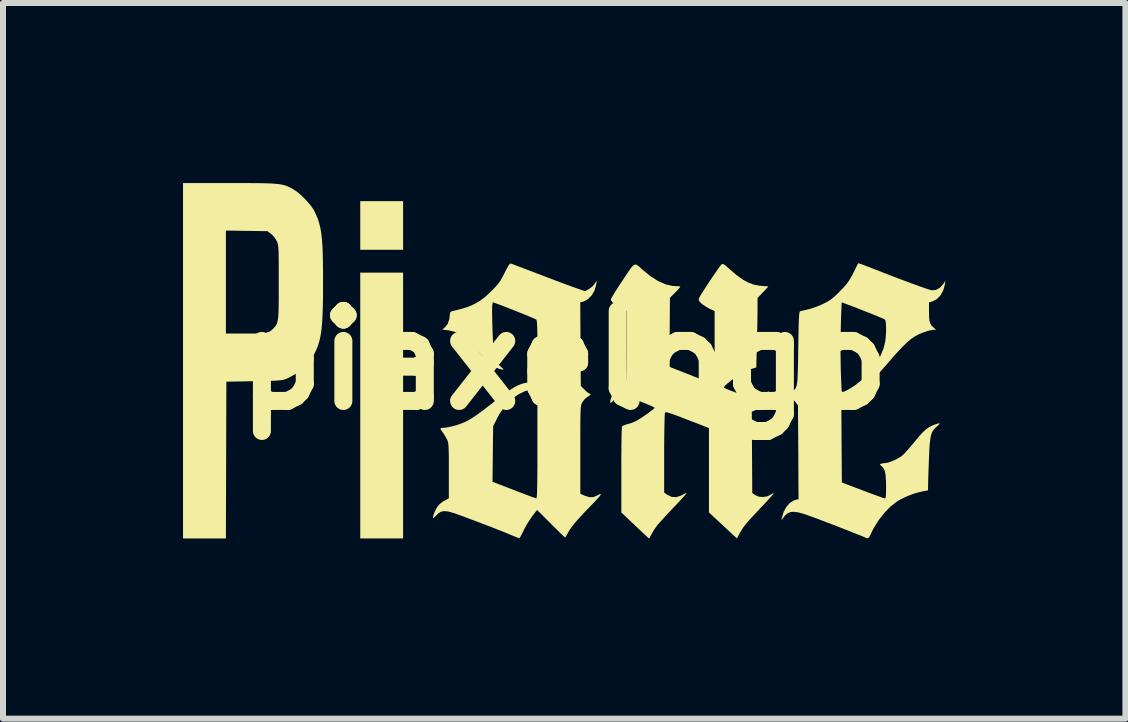
<source format=kicad_pcb>
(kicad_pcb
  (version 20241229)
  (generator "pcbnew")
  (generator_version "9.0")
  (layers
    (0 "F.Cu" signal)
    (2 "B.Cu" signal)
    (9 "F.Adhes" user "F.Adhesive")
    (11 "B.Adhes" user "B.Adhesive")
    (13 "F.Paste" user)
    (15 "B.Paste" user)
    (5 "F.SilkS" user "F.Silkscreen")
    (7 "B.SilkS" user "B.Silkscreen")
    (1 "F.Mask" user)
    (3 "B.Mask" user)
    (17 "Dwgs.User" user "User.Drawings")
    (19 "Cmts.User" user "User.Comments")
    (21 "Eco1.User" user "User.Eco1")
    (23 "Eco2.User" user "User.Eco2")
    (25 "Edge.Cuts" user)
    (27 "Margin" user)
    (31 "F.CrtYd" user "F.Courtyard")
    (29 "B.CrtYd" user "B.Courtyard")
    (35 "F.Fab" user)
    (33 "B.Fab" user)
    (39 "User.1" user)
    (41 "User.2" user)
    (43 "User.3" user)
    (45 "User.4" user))
  (footprint "piaxelogo"
    (layer "F.Cu")
    (at 6.35 2.953)
    (property "Reference" "piaxelogo" (at 0 0 0) (layer "F.SilkS") (effects (font (size 1.5 1.5) (thickness 0.3))))
    (attr board_only exclude_from_pos_files exclude_from_bom)
    (fp_poly (pts (xy -2.683 -2.246) (xy -2.683 -1.841) (xy -3.04 -1.841) (xy -3.397 -1.841) (xy -3.397 -2.246) (xy -3.397 -2.651) (xy -3.04 -2.651) (xy -2.683 -2.651)) (stroke (width 0) (type solid)) (fill yes) (layer "F.SilkS"))
    (fp_poly (pts (xy -2.683 0.754) (xy -2.683 2.969) (xy -3.04 2.969) (xy -3.397 2.969) (xy -3.397 0.754) (xy -3.397 -1.46) (xy -3.04 -1.46) (xy -2.683 -1.46)) (stroke (width 0) (type solid)) (fill yes) (layer "F.SilkS"))
    (fp_poly (pts (xy -5.387 -2.953) (xy -5.227 -2.952) (xy -5.093 -2.951) (xy -4.981 -2.949) (xy -4.889 -2.946) (xy -4.814 -2.941) (xy -4.752 -2.935) (xy -4.701 -2.926) (xy -4.658 -2.916) (xy -4.619 -2.902) (xy -4.582 -2.886) (xy -4.544 -2.866) (xy -4.522 -2.855) (xy -4.451 -2.808) (xy -4.373 -2.742) (xy -4.296 -2.664) (xy -4.226 -2.583) (xy -4.173 -2.507) (xy -4.157 -2.476) (xy -4.126 -2.408) (xy -4.099 -2.341) (xy -4.078 -2.271) (xy -4.06 -2.196) (xy -4.046 -2.112) (xy -4.035 -2.015) (xy -4.027 -1.903) (xy -4.022 -1.771) (xy -4.019 -1.617) (xy -4.017 -1.437) (xy -4.017 -1.294) (xy -4.017 -1.088) (xy -4.02 -0.91) (xy -4.025 -0.757) (xy -4.032 -0.626) (xy -4.043 -0.514) (xy -4.057 -0.417) (xy -4.075 -0.332) (xy -4.098 -0.255) (xy -4.125 -0.184) (xy -4.158 -0.115) (xy -4.172 -0.088) (xy -4.252 0.03) (xy -4.356 0.138) (xy -4.478 0.231) (xy -4.611 0.302) (xy -4.623 0.307) (xy -4.65 0.317) (xy -4.677 0.325) (xy -4.71 0.331) (xy -4.753 0.336) (xy -4.809 0.34) (xy -4.882 0.343) (xy -4.977 0.345) (xy -5.098 0.348) (xy -5.167 0.349) (xy -5.628 0.357) (xy -5.632 1.663) (xy -5.636 2.969) (xy -5.993 2.969) (xy -6.35 2.969) (xy -6.35 0.008) (xy -6.35 -2.161) (xy -5.636 -2.161) (xy -5.636 -1.303) (xy -5.636 -0.445) (xy -5.301 -0.445) (xy -5.181 -0.445) (xy -5.088 -0.447) (xy -5.019 -0.45) (xy -4.97 -0.455) (xy -4.938 -0.461) (xy -4.924 -0.467) (xy -4.884 -0.494) (xy -4.843 -0.531) (xy -4.84 -0.534) (xy -4.82 -0.558) (xy -4.802 -0.581) (xy -4.788 -0.607) (xy -4.778 -0.639) (xy -4.769 -0.68) (xy -4.763 -0.733) (xy -4.759 -0.802) (xy -4.757 -0.889) (xy -4.755 -0.999) (xy -4.755 -1.133) (xy -4.755 -1.296) (xy -4.755 -1.302) (xy -4.755 -1.458) (xy -4.755 -1.585) (xy -4.756 -1.687) (xy -4.757 -1.768) (xy -4.759 -1.83) (xy -4.762 -1.876) (xy -4.766 -1.912) (xy -4.771 -1.938) (xy -4.777 -1.96) (xy -4.785 -1.979) (xy -4.788 -1.986) (xy -4.822 -2.041) (xy -4.866 -2.091) (xy -4.882 -2.105) (xy -4.943 -2.151) (xy -5.289 -2.156) (xy -5.636 -2.161) (xy -6.35 -2.161) (xy -6.35 -2.953) (xy -5.575 -2.953)) (stroke (width 0) (type solid)) (fill yes) (layer "F.SilkS"))
    (fp_poly (pts (xy 4.915 -1.613) (xy 4.955 -1.6) (xy 5.014 -1.578) (xy 5.088 -1.55) (xy 5.146 -1.527) (xy 5.299 -1.467) (xy 5.448 -1.409) (xy 5.591 -1.355) (xy 5.724 -1.305) (xy 5.843 -1.261) (xy 5.946 -1.224) (xy 6.03 -1.195) (xy 6.091 -1.175) (xy 6.125 -1.166) (xy 6.127 -1.166) (xy 6.193 -1.171) (xy 6.257 -1.205) (xy 6.312 -1.262) (xy 6.32 -1.274) (xy 6.353 -1.326) (xy 6.343 -1.257) (xy 6.317 -1.163) (xy 6.271 -1.081) (xy 6.21 -1.018) (xy 6.137 -0.98) (xy 6.124 -0.976) (xy 6.08 -0.965) (xy 6.08 -0.807) (xy 6.082 -0.72) (xy 6.088 -0.657) (xy 6.102 -0.612) (xy 6.124 -0.576) (xy 6.157 -0.544) (xy 6.199 -0.508) (xy 6.16 -0.508) (xy 6.12 -0.503) (xy 6.068 -0.491) (xy 6.048 -0.485) (xy 5.974 -0.46) (xy 5.906 -0.431) (xy 5.843 -0.397) (xy 5.78 -0.353) (xy 5.714 -0.298) (xy 5.642 -0.228) (xy 5.56 -0.141) (xy 5.464 -0.034) (xy 5.371 0.074) (xy 5.245 0.217) (xy 5.132 0.336) (xy 5.03 0.431) (xy 4.935 0.505) (xy 4.846 0.561) (xy 4.759 0.6) (xy 4.695 0.62) (xy 4.619 0.639) (xy 4.623 1.338) (xy 4.628 2.037) (xy 4.977 2.169) (xy 5.076 2.207) (xy 5.167 2.24) (xy 5.243 2.268) (xy 5.301 2.288) (xy 5.337 2.3) (xy 5.346 2.302) (xy 5.355 2.293) (xy 5.361 2.264) (xy 5.364 2.211) (xy 5.365 2.131) (xy 5.365 2.115) (xy 5.363 2.003) (xy 5.357 1.918) (xy 5.346 1.855) (xy 5.329 1.81) (xy 5.304 1.778) (xy 5.294 1.768) (xy 5.268 1.745) (xy 5.265 1.732) (xy 5.278 1.725) (xy 5.315 1.717) (xy 5.347 1.714) (xy 5.397 1.706) (xy 5.461 1.683) (xy 5.531 1.652) (xy 5.595 1.617) (xy 5.625 1.596) (xy 5.656 1.568) (xy 5.701 1.52) (xy 5.755 1.459) (xy 5.813 1.391) (xy 5.837 1.362) (xy 5.911 1.272) (xy 5.973 1.204) (xy 6.026 1.154) (xy 6.077 1.117) (xy 6.129 1.09) (xy 6.173 1.072) (xy 6.228 1.054) (xy 6.256 1.05) (xy 6.256 1.06) (xy 6.231 1.086) (xy 6.212 1.103) (xy 6.177 1.135) (xy 6.15 1.168) (xy 6.128 1.207) (xy 6.112 1.255) (xy 6.101 1.317) (xy 6.092 1.398) (xy 6.085 1.501) (xy 6.08 1.631) (xy 6.079 1.643) (xy 6.075 1.751) (xy 6.071 1.854) (xy 6.068 1.946) (xy 6.066 2.02) (xy 6.065 2.07) (xy 6.065 2.08) (xy 6.064 2.168) (xy 5.959 2.188) (xy 5.849 2.216) (xy 5.731 2.259) (xy 5.618 2.312) (xy 5.546 2.354) (xy 5.438 2.438) (xy 5.333 2.547) (xy 5.236 2.672) (xy 5.153 2.807) (xy 5.104 2.909) (xy 5.081 2.952) (xy 5.055 2.967) (xy 5.02 2.956) (xy 5.016 2.954) (xy 4.993 2.943) (xy 4.945 2.923) (xy 4.876 2.896) (xy 4.79 2.862) (xy 4.692 2.823) (xy 4.587 2.782) (xy 4.478 2.74) (xy 4.371 2.699) (xy 4.269 2.66) (xy 4.177 2.625) (xy 4.114 2.602) (xy 3.997 2.561) (xy 3.903 2.535) (xy 3.829 2.525) (xy 3.77 2.53) (xy 3.721 2.551) (xy 3.68 2.588) (xy 3.64 2.642) (xy 3.64 2.644) (xy 3.627 2.662) (xy 3.624 2.654) (xy 3.629 2.627) (xy 3.658 2.527) (xy 3.704 2.442) (xy 3.763 2.376) (xy 3.832 2.334) (xy 3.86 2.325) (xy 3.906 2.315) (xy 3.902 1.533) (xy 3.897 0.752) (xy 3.853 0.693) (xy 3.814 0.651) (xy 3.772 0.617) (xy 3.76 0.61) (xy 3.713 0.585) (xy 3.777 0.539) (xy 3.805 0.519) (xy 3.828 0.5) (xy 3.847 0.481) (xy 3.862 0.457) (xy 3.873 0.426) (xy 3.882 0.384) (xy 3.888 0.328) (xy 3.892 0.256) (xy 3.895 0.163) (xy 3.898 0.046) (xy 3.9 -0.097) (xy 3.901 -0.198) (xy 3.903 -0.286) (xy 4.604 -0.286) (xy 4.609 0.127) (xy 4.614 0.274) (xy 4.625 0.538) (xy 4.682 0.515) (xy 4.723 0.494) (xy 4.779 0.462) (xy 4.838 0.424) (xy 4.845 0.419) (xy 4.971 0.32) (xy 5.085 0.204) (xy 5.185 0.075) (xy 5.265 -0.06) (xy 5.322 -0.196) (xy 5.349 -0.305) (xy 5.359 -0.38) (xy 5.364 -0.459) (xy 5.365 -0.536) (xy 5.363 -0.602) (xy 5.357 -0.652) (xy 5.347 -0.678) (xy 5.346 -0.678) (xy 5.325 -0.689) (xy 5.279 -0.709) (xy 5.213 -0.737) (xy 5.129 -0.771) (xy 5.034 -0.808) (xy 4.932 -0.849) (xy 4.826 -0.89) (xy 4.721 -0.93) (xy 4.625 -0.966) (xy 4.614 -0.703) (xy 4.604 -0.286) (xy 3.903 -0.286) (xy 3.904 -0.355) (xy 3.906 -0.483) (xy 3.908 -0.585) (xy 3.911 -0.664) (xy 3.914 -0.723) (xy 3.917 -0.764) (xy 3.921 -0.792) (xy 3.926 -0.808) (xy 3.932 -0.815) (xy 3.935 -0.817) (xy 3.963 -0.824) (xy 4.011 -0.835) (xy 4.07 -0.849) (xy 4.072 -0.849) (xy 4.14 -0.869) (xy 4.22 -0.898) (xy 4.299 -0.931) (xy 4.318 -0.94) (xy 4.384 -0.974) (xy 4.44 -1.009) (xy 4.494 -1.052) (xy 4.556 -1.109) (xy 4.596 -1.15) (xy 4.664 -1.221) (xy 4.715 -1.281) (xy 4.756 -1.34) (xy 4.795 -1.408) (xy 4.818 -1.453) (xy 4.85 -1.517) (xy 4.876 -1.569) (xy 4.894 -1.605) (xy 4.9 -1.617)) (stroke (width 0) (type solid)) (fill yes) (layer "F.SilkS"))
    (fp_poly (pts (xy 2.667 -1.595) (xy 2.7 -1.569) (xy 2.75 -1.525) (xy 2.762 -1.515) (xy 2.875 -1.418) (xy 2.976 -1.345) (xy 3.07 -1.294) (xy 3.162 -1.26) (xy 3.258 -1.242) (xy 3.286 -1.24) (xy 3.405 -1.23) (xy 3.314 -1.134) (xy 3.223 -1.037) (xy 3.223 -0.839) (xy 3.222 -0.763) (xy 3.221 -0.663) (xy 3.219 -0.548) (xy 3.216 -0.425) (xy 3.213 -0.301) (xy 3.212 -0.26) (xy 3.202 0.12) (xy 3.111 0.147) (xy 3.042 0.175) (xy 2.958 0.22) (xy 2.867 0.277) (xy 2.777 0.342) (xy 2.717 0.39) (xy 2.679 0.426) (xy 2.664 0.448) (xy 2.669 0.461) (xy 2.671 0.462) (xy 2.708 0.48) (xy 2.767 0.503) (xy 2.84 0.531) (xy 2.921 0.559) (xy 3.004 0.588) (xy 3.082 0.613) (xy 3.149 0.634) (xy 3.198 0.647) (xy 3.222 0.651) (xy 3.258 0.646) (xy 3.292 0.628) (xy 3.333 0.59) (xy 3.342 0.579) (xy 3.409 0.508) (xy 3.395 0.581) (xy 3.363 0.67) (xy 3.305 0.75) (xy 3.227 0.812) (xy 3.171 0.84) (xy 3.127 0.857) (xy 3.131 1.534) (xy 3.135 2.211) (xy 3.18 2.245) (xy 3.24 2.272) (xy 3.312 2.279) (xy 3.385 2.268) (xy 3.441 2.241) (xy 3.473 2.221) (xy 3.491 2.216) (xy 3.493 2.218) (xy 3.482 2.233) (xy 3.453 2.267) (xy 3.408 2.317) (xy 3.351 2.379) (xy 3.285 2.449) (xy 3.265 2.47) (xy 3.179 2.562) (xy 3.111 2.635) (xy 3.059 2.693) (xy 3.018 2.742) (xy 2.986 2.785) (xy 2.959 2.826) (xy 2.933 2.87) (xy 2.921 2.891) (xy 2.879 2.969) (xy 2.646 2.752) (xy 2.413 2.536) (xy 2.413 1.833) (xy 2.413 1.13) (xy 2.25 1.066) (xy 2.107 1.011) (xy 1.991 0.966) (xy 1.898 0.93) (xy 1.826 0.904) (xy 1.773 0.886) (xy 1.735 0.874) (xy 1.71 0.868) (xy 1.694 0.868) (xy 1.685 0.871) (xy 1.681 0.875) (xy 1.678 0.895) (xy 1.675 0.944) (xy 1.673 1.017) (xy 1.671 1.112) (xy 1.669 1.224) (xy 1.668 1.351) (xy 1.667 1.489) (xy 1.667 1.551) (xy 1.667 2.204) (xy 1.715 2.239) (xy 1.79 2.276) (xy 1.868 2.281) (xy 1.949 2.255) (xy 1.962 2.248) (xy 2.004 2.226) (xy 2.034 2.213) (xy 2.043 2.212) (xy 2.034 2.225) (xy 2.006 2.257) (xy 1.963 2.305) (xy 1.907 2.366) (xy 1.841 2.436) (xy 1.816 2.462) (xy 1.728 2.555) (xy 1.659 2.629) (xy 1.606 2.688) (xy 1.565 2.735) (xy 1.533 2.776) (xy 1.507 2.812) (xy 1.484 2.849) (xy 1.462 2.889) (xy 1.416 2.973) (xy 1.184 2.755) (xy 0.953 2.536) (xy 0.953 1.828) (xy 0.953 1.68) (xy 0.954 1.543) (xy 0.955 1.418) (xy 0.957 1.309) (xy 0.958 1.22) (xy 0.961 1.154) (xy 0.963 1.113) (xy 0.965 1.102) (xy 0.986 1.088) (xy 1.027 1.073) (xy 1.054 1.065) (xy 1.117 1.046) (xy 1.18 1.021) (xy 1.197 1.013) (xy 1.238 0.99) (xy 1.29 0.957) (xy 1.348 0.918) (xy 1.405 0.878) (xy 1.454 0.841) (xy 1.491 0.812) (xy 1.508 0.794) (xy 1.508 0.792) (xy 1.494 0.782) (xy 1.456 0.763) (xy 1.4 0.739) (xy 1.331 0.711) (xy 1.257 0.682) (xy 1.182 0.654) (xy 1.113 0.63) (xy 1.055 0.612) (xy 1.02 0.603) (xy 0.941 0.596) (xy 0.877 0.616) (xy 0.823 0.665) (xy 0.813 0.678) (xy 0.786 0.708) (xy 0.771 0.71) (xy 0.769 0.685) (xy 0.78 0.636) (xy 0.786 0.619) (xy 0.826 0.537) (xy 0.884 0.468) (xy 0.953 0.42) (xy 0.974 0.412) (xy 1.004 0.399) (xy 1.021 0.381) (xy 1.031 0.351) (xy 1.038 0.298) (xy 1.038 0.297) (xy 1.04 0.257) (xy 1.043 0.191) (xy 1.044 0.102) (xy 1.046 -0.004) (xy 1.047 -0.123) (xy 1.048 -0.25) (xy 1.048 -0.309) (xy 1.048 -0.82) (xy 0.966 -0.857) (xy 0.903 -0.89) (xy 0.847 -0.929) (xy 0.803 -0.968) (xy 0.78 -1.002) (xy 0.778 -1.012) (xy 0.786 -1.032) (xy 0.81 -1.074) (xy 0.847 -1.134) (xy 0.893 -1.208) (xy 0.948 -1.291) (xy 0.972 -1.327) (xy 1.036 -1.424) (xy 1.086 -1.498) (xy 1.124 -1.55) (xy 1.155 -1.581) (xy 1.181 -1.595) (xy 1.205 -1.592) (xy 1.233 -1.575) (xy 1.266 -1.546) (xy 1.304 -1.511) (xy 1.438 -1.401) (xy 1.568 -1.319) (xy 1.693 -1.264) (xy 1.811 -1.238) (xy 1.852 -1.236) (xy 1.899 -1.234) (xy 1.93 -1.23) (xy 1.937 -1.226) (xy 1.926 -1.21) (xy 1.899 -1.179) (xy 1.86 -1.137) (xy 1.85 -1.128) (xy 1.763 -1.04) (xy 1.759 -0.465) (xy 1.754 0.109) (xy 2.12 0.253) (xy 2.221 0.293) (xy 2.312 0.328) (xy 2.389 0.358) (xy 2.449 0.38) (xy 2.486 0.394) (xy 2.497 0.397) (xy 2.499 0.382) (xy 2.502 0.338) (xy 2.504 0.269) (xy 2.506 0.179) (xy 2.507 0.072) (xy 2.508 -0.051) (xy 2.508 -0.185) (xy 2.508 -0.211) (xy 2.508 -0.82) (xy 2.431 -0.855) (xy 2.372 -0.887) (xy 2.313 -0.926) (xy 2.294 -0.941) (xy 2.258 -0.976) (xy 2.243 -1.002) (xy 2.245 -1.029) (xy 2.246 -1.031) (xy 2.258 -1.055) (xy 2.285 -1.101) (xy 2.324 -1.162) (xy 2.37 -1.233) (xy 2.42 -1.31) (xy 2.472 -1.387) (xy 2.521 -1.459) (xy 2.564 -1.52) (xy 2.597 -1.566) (xy 2.618 -1.592) (xy 2.631 -1.603) (xy 2.646 -1.605)) (stroke (width 0) (type solid)) (fill yes) (layer "F.SilkS"))
    (fp_poly (pts (xy -0.869 -1.605) (xy -0.823 -1.588) (xy -0.755 -1.562) (xy -0.668 -1.529) (xy -0.568 -1.491) (xy -0.456 -1.448) (xy -0.405 -1.429) (xy -0.283 -1.382) (xy -0.162 -1.336) (xy -0.05 -1.294) (xy 0.051 -1.256) (xy 0.133 -1.226) (xy 0.192 -1.205) (xy 0.203 -1.201) (xy 0.349 -1.151) (xy 0.408 -1.183) (xy 0.457 -1.218) (xy 0.501 -1.263) (xy 0.506 -1.27) (xy 0.544 -1.326) (xy 0.533 -1.254) (xy 0.507 -1.163) (xy 0.461 -1.083) (xy 0.399 -1.02) (xy 0.328 -0.98) (xy 0.312 -0.976) (xy 0.269 -0.965) (xy 0.273 -0.269) (xy 0.278 0.427) (xy 0.341 0.491) (xy 0.378 0.527) (xy 0.41 0.55) (xy 0.424 0.556) (xy 0.443 0.562) (xy 0.436 0.578) (xy 0.404 0.602) (xy 0.391 0.609) (xy 0.348 0.642) (xy 0.31 0.688) (xy 0.304 0.698) (xy 0.296 0.713) (xy 0.289 0.729) (xy 0.284 0.748) (xy 0.28 0.775) (xy 0.276 0.811) (xy 0.274 0.86) (xy 0.272 0.924) (xy 0.271 1.007) (xy 0.27 1.111) (xy 0.27 1.24) (xy 0.27 1.395) (xy 0.27 1.491) (xy 0.27 2.224) (xy 0.337 2.255) (xy 0.418 2.281) (xy 0.488 2.28) (xy 0.553 2.253) (xy 0.594 2.231) (xy 0.611 2.229) (xy 0.605 2.248) (xy 0.575 2.286) (xy 0.521 2.345) (xy 0.474 2.394) (xy 0.362 2.51) (xy 0.271 2.607) (xy 0.198 2.688) (xy 0.143 2.756) (xy 0.101 2.813) (xy 0.071 2.862) (xy 0.07 2.865) (xy 0.045 2.911) (xy 0.025 2.942) (xy 0.016 2.953) (xy 0.003 2.942) (xy -0.03 2.912) (xy -0.077 2.866) (xy -0.136 2.808) (xy -0.204 2.741) (xy -0.221 2.723) (xy -0.45 2.494) (xy -0.527 2.592) (xy -0.57 2.654) (xy -0.618 2.731) (xy -0.661 2.809) (xy -0.671 2.829) (xy -0.7 2.888) (xy -0.725 2.935) (xy -0.741 2.962) (xy -0.746 2.967) (xy -0.763 2.961) (xy -0.803 2.945) (xy -0.859 2.922) (xy -0.905 2.903) (xy -0.986 2.869) (xy -1.086 2.83) (xy -1.199 2.785) (xy -1.319 2.739) (xy -1.44 2.693) (xy -1.557 2.649) (xy -1.663 2.609) (xy -1.754 2.576) (xy -1.824 2.551) (xy -1.845 2.544) (xy -1.933 2.52) (xy -2.001 2.513) (xy -2.055 2.525) (xy -2.102 2.556) (xy -2.127 2.582) (xy -2.157 2.613) (xy -2.179 2.63) (xy -2.184 2.631) (xy -2.185 2.611) (xy -2.174 2.572) (xy -2.155 2.523) (xy -2.131 2.474) (xy -2.109 2.437) (xy -2.072 2.396) (xy -2.022 2.356) (xy -1.996 2.341) (xy -1.921 2.3) (xy -1.921 2.025) (xy -1.193 2.025) (xy -0.838 2.162) (xy -0.738 2.201) (xy -0.647 2.235) (xy -0.57 2.264) (xy -0.511 2.286) (xy -0.474 2.298) (xy -0.464 2.301) (xy -0.46 2.295) (xy -0.456 2.275) (xy -0.453 2.24) (xy -0.451 2.187) (xy -0.449 2.115) (xy -0.447 2.021) (xy -0.446 1.903) (xy -0.445 1.759) (xy -0.445 1.588) (xy -0.445 1.387) (xy -0.445 1.387) (xy -0.445 0.472) (xy -0.528 0.483) (xy -0.649 0.513) (xy -0.768 0.572) (xy -0.881 0.656) (xy -0.984 0.762) (xy -1.073 0.887) (xy -1.114 0.962) (xy -1.183 1.101) (xy -1.188 1.563) (xy -1.193 2.025) (xy -1.921 2.025) (xy -1.921 1.84) (xy -1.921 1.706) (xy -1.921 1.601) (xy -1.923 1.519) (xy -1.925 1.457) (xy -1.928 1.411) (xy -1.932 1.378) (xy -1.938 1.352) (xy -1.946 1.331) (xy -1.955 1.313) (xy -1.985 1.259) (xy -2.018 1.208) (xy -2.026 1.197) (xy -2.054 1.158) (xy -2.061 1.136) (xy -2.046 1.128) (xy -2.025 1.127) (xy -1.953 1.12) (xy -1.863 1.101) (xy -1.767 1.073) (xy -1.674 1.038) (xy -1.627 1.017) (xy -1.566 0.983) (xy -1.49 0.934) (xy -1.408 0.877) (xy -1.328 0.818) (xy -1.318 0.809) (xy -1.183 0.704) (xy -1.07 0.616) (xy -0.975 0.546) (xy -0.895 0.491) (xy -0.827 0.448) (xy -0.768 0.417) (xy -0.716 0.396) (xy -0.666 0.382) (xy -0.617 0.373) (xy -0.601 0.372) (xy -0.546 0.365) (xy -0.498 0.359) (xy -0.48 0.356) (xy -0.445 0.349) (xy -0.445 -0.157) (xy -0.445 -0.306) (xy -0.446 -0.426) (xy -0.448 -0.519) (xy -0.45 -0.588) (xy -0.454 -0.636) (xy -0.458 -0.665) (xy -0.464 -0.678) (xy -0.464 -0.678) (xy -0.484 -0.688) (xy -0.528 -0.707) (xy -0.591 -0.734) (xy -0.668 -0.766) (xy -0.754 -0.8) (xy -0.843 -0.836) (xy -0.931 -0.87) (xy -1.011 -0.901) (xy -1.079 -0.927) (xy -1.122 -0.943) (xy -1.189 -0.966) (xy -1.197 -0.924) (xy -1.199 -0.896) (xy -1.2 -0.842) (xy -1.2 -0.766) (xy -1.198 -0.673) (xy -1.195 -0.567) (xy -1.193 -0.484) (xy -1.187 -0.345) (xy -1.182 -0.234) (xy -1.174 -0.146) (xy -1.165 -0.078) (xy -1.152 -0.025) (xy -1.135 0.016) (xy -1.113 0.05) (xy -1.085 0.08) (xy -1.059 0.104) (xy -1.022 0.137) (xy -1.01 0.154) (xy -1.026 0.156) (xy -1.069 0.146) (xy -1.087 0.141) (xy -1.146 0.118) (xy -1.206 0.082) (xy -1.27 0.028) (xy -1.343 -0.047) (xy -1.427 -0.143) (xy -1.521 -0.251) (xy -1.604 -0.336) (xy -1.68 -0.399) (xy -1.754 -0.445) (xy -1.831 -0.476) (xy -1.915 -0.496) (xy -1.95 -0.501) (xy -2.03 -0.512) (xy -1.984 -0.551) (xy -1.94 -0.606) (xy -1.913 -0.683) (xy -1.905 -0.758) (xy -1.9 -0.795) (xy -1.881 -0.813) (xy -1.861 -0.819) (xy -1.714 -0.855) (xy -1.592 -0.894) (xy -1.488 -0.94) (xy -1.395 -0.995) (xy -1.305 -1.065) (xy -1.214 -1.151) (xy -1.148 -1.218) (xy -1.099 -1.274) (xy -1.061 -1.328) (xy -1.026 -1.389) (xy -0.991 -1.457) (xy -0.952 -1.534) (xy -0.923 -1.584) (xy -0.901 -1.609) (xy -0.889 -1.612)) (stroke (width 0) (type solid)) (fill yes) (layer "F.SilkS")))
  (gr_rect
    (start -3 -3)
    (end 15.703 8.925)
    (stroke (width 0.1) (type default))
    (fill no)
    (layer "Edge.Cuts")))
</source>
